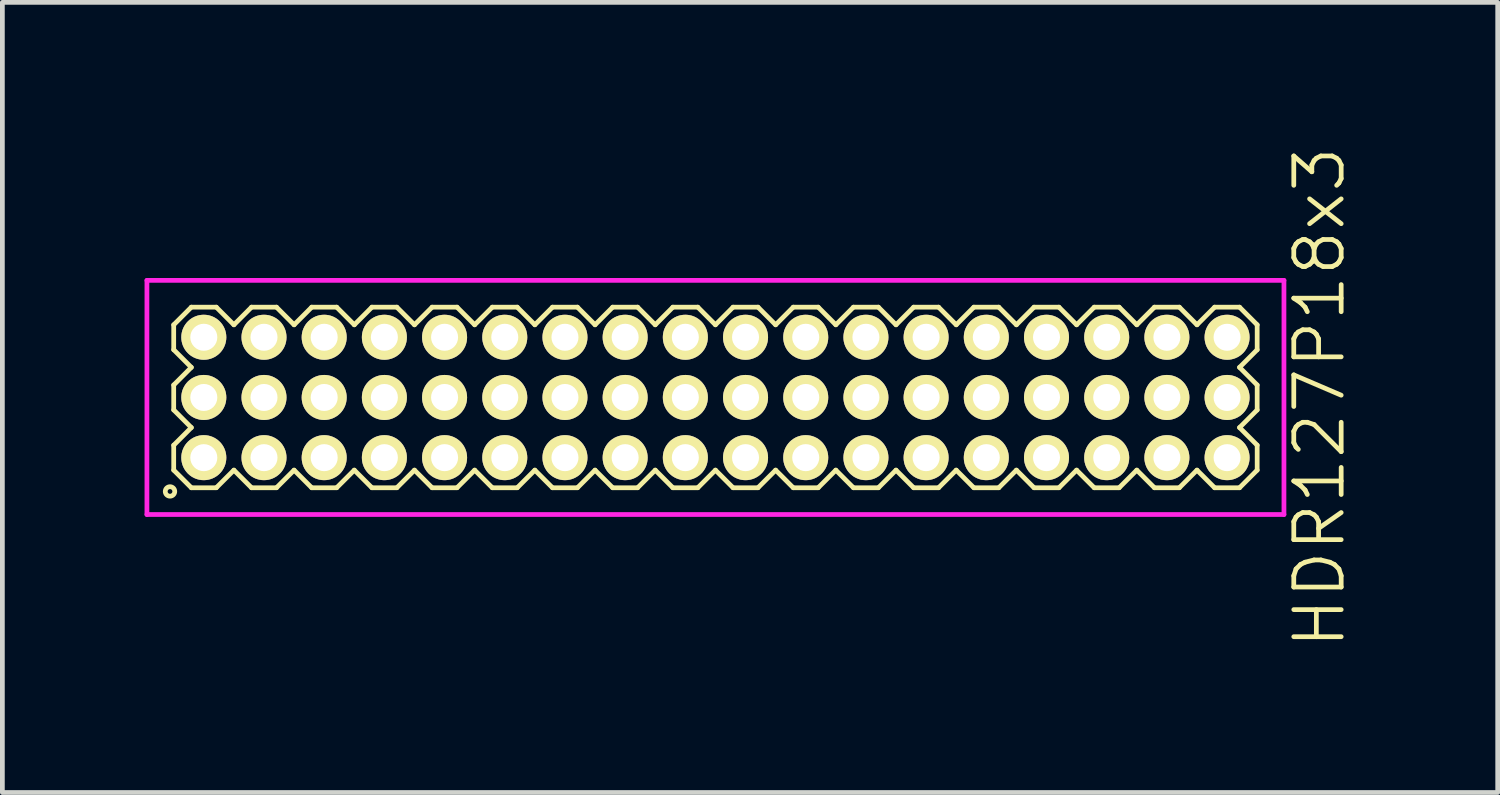
<source format=kicad_pcb>
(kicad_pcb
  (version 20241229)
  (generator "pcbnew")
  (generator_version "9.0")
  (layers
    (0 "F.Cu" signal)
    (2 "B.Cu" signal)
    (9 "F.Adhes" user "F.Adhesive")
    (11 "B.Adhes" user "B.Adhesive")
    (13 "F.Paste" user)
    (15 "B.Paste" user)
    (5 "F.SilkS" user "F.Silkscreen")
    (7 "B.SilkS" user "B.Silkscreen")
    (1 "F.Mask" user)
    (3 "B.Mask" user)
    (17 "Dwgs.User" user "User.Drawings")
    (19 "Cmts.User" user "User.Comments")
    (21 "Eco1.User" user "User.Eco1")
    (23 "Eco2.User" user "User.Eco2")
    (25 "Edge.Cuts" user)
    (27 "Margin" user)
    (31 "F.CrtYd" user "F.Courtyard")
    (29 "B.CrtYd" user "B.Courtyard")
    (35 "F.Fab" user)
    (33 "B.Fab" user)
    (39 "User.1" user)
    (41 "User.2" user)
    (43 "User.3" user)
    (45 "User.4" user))
  (footprint "HDR127P18x3"
    (layer "F.Cu")
    (at 12.045 5.336)
    (property "Reference" "HDR127P18x3" (at 12.745 0 90) (layer "F.SilkS") (effects (font (size 1 1) (thickness 0.1))))
    (attr through_hole)
    (fp_line (start -11.43 -1.533) (end -11.058 -1.905) (stroke (width 0.1) (type solid)) (layer "F.SilkS"))
    (fp_line (start -11.43 -1.007) (end -11.43 -1.533) (stroke (width 0.1) (type solid)) (layer "F.SilkS"))
    (fp_line (start -11.43 -0.263) (end -11.058 -0.635) (stroke (width 0.1) (type solid)) (layer "F.SilkS"))
    (fp_line (start -11.43 0.263) (end -11.43 -0.263) (stroke (width 0.1) (type solid)) (layer "F.SilkS"))
    (fp_line (start -11.43 1.007) (end -11.058 0.635) (stroke (width 0.1) (type solid)) (layer "F.SilkS"))
    (fp_line (start -11.43 1.533) (end -11.43 1.007) (stroke (width 0.1) (type solid)) (layer "F.SilkS"))
    (fp_line (start -11.058 -1.905) (end -10.532 -1.905) (stroke (width 0.1) (type solid)) (layer "F.SilkS"))
    (fp_line (start -11.058 -0.635) (end -11.43 -1.007) (stroke (width 0.1) (type solid)) (layer "F.SilkS"))
    (fp_line (start -11.058 0.635) (end -11.43 0.263) (stroke (width 0.1) (type solid)) (layer "F.SilkS"))
    (fp_line (start -11.058 1.905) (end -11.43 1.533) (stroke (width 0.1) (type solid)) (layer "F.SilkS"))
    (fp_line (start -10.532 -1.905) (end -10.16 -1.533) (stroke (width 0.1) (type solid)) (layer "F.SilkS"))
    (fp_line (start -10.532 1.905) (end -11.058 1.905) (stroke (width 0.1) (type solid)) (layer "F.SilkS"))
    (fp_line (start -10.16 -1.533) (end -9.788 -1.905) (stroke (width 0.1) (type solid)) (layer "F.SilkS"))
    (fp_line (start -10.16 1.533) (end -10.532 1.905) (stroke (width 0.1) (type solid)) (layer "F.SilkS"))
    (fp_line (start -9.788 -1.905) (end -9.262 -1.905) (stroke (width 0.1) (type solid)) (layer "F.SilkS"))
    (fp_line (start -9.788 1.905) (end -10.16 1.533) (stroke (width 0.1) (type solid)) (layer "F.SilkS"))
    (fp_line (start -9.262 -1.905) (end -8.89 -1.533) (stroke (width 0.1) (type solid)) (layer "F.SilkS"))
    (fp_line (start -9.262 1.905) (end -9.788 1.905) (stroke (width 0.1) (type solid)) (layer "F.SilkS"))
    (fp_line (start -8.89 -1.533) (end -8.518 -1.905) (stroke (width 0.1) (type solid)) (layer "F.SilkS"))
    (fp_line (start -8.89 1.533) (end -9.262 1.905) (stroke (width 0.1) (type solid)) (layer "F.SilkS"))
    (fp_line (start -8.518 -1.905) (end -7.992 -1.905) (stroke (width 0.1) (type solid)) (layer "F.SilkS"))
    (fp_line (start -8.518 1.905) (end -8.89 1.533) (stroke (width 0.1) (type solid)) (layer "F.SilkS"))
    (fp_line (start -7.992 -1.905) (end -7.62 -1.533) (stroke (width 0.1) (type solid)) (layer "F.SilkS"))
    (fp_line (start -7.992 1.905) (end -8.518 1.905) (stroke (width 0.1) (type solid)) (layer "F.SilkS"))
    (fp_line (start -7.62 -1.533) (end -7.248 -1.905) (stroke (width 0.1) (type solid)) (layer "F.SilkS"))
    (fp_line (start -7.62 1.533) (end -7.992 1.905) (stroke (width 0.1) (type solid)) (layer "F.SilkS"))
    (fp_line (start -7.248 -1.905) (end -6.722 -1.905) (stroke (width 0.1) (type solid)) (layer "F.SilkS"))
    (fp_line (start -7.248 1.905) (end -7.62 1.533) (stroke (width 0.1) (type solid)) (layer "F.SilkS"))
    (fp_line (start -6.722 -1.905) (end -6.35 -1.533) (stroke (width 0.1) (type solid)) (layer "F.SilkS"))
    (fp_line (start -6.722 1.905) (end -7.248 1.905) (stroke (width 0.1) (type solid)) (layer "F.SilkS"))
    (fp_line (start -6.35 -1.533) (end -5.978 -1.905) (stroke (width 0.1) (type solid)) (layer "F.SilkS"))
    (fp_line (start -6.35 1.533) (end -6.722 1.905) (stroke (width 0.1) (type solid)) (layer "F.SilkS"))
    (fp_line (start -5.978 -1.905) (end -5.452 -1.905) (stroke (width 0.1) (type solid)) (layer "F.SilkS"))
    (fp_line (start -5.978 1.905) (end -6.35 1.533) (stroke (width 0.1) (type solid)) (layer "F.SilkS"))
    (fp_line (start -5.452 -1.905) (end -5.08 -1.533) (stroke (width 0.1) (type solid)) (layer "F.SilkS"))
    (fp_line (start -5.452 1.905) (end -5.978 1.905) (stroke (width 0.1) (type solid)) (layer "F.SilkS"))
    (fp_line (start -5.08 -1.533) (end -4.708 -1.905) (stroke (width 0.1) (type solid)) (layer "F.SilkS"))
    (fp_line (start -5.08 1.533) (end -5.452 1.905) (stroke (width 0.1) (type solid)) (layer "F.SilkS"))
    (fp_line (start -4.708 -1.905) (end -4.182 -1.905) (stroke (width 0.1) (type solid)) (layer "F.SilkS"))
    (fp_line (start -4.708 1.905) (end -5.08 1.533) (stroke (width 0.1) (type solid)) (layer "F.SilkS"))
    (fp_line (start -4.182 -1.905) (end -3.81 -1.533) (stroke (width 0.1) (type solid)) (layer "F.SilkS"))
    (fp_line (start -4.182 1.905) (end -4.708 1.905) (stroke (width 0.1) (type solid)) (layer "F.SilkS"))
    (fp_line (start -3.81 -1.533) (end -3.438 -1.905) (stroke (width 0.1) (type solid)) (layer "F.SilkS"))
    (fp_line (start -3.81 1.533) (end -4.182 1.905) (stroke (width 0.1) (type solid)) (layer "F.SilkS"))
    (fp_line (start -3.438 -1.905) (end -2.912 -1.905) (stroke (width 0.1) (type solid)) (layer "F.SilkS"))
    (fp_line (start -3.438 1.905) (end -3.81 1.533) (stroke (width 0.1) (type solid)) (layer "F.SilkS"))
    (fp_line (start -2.912 -1.905) (end -2.54 -1.533) (stroke (width 0.1) (type solid)) (layer "F.SilkS"))
    (fp_line (start -2.912 1.905) (end -3.438 1.905) (stroke (width 0.1) (type solid)) (layer "F.SilkS"))
    (fp_line (start -2.54 -1.533) (end -2.168 -1.905) (stroke (width 0.1) (type solid)) (layer "F.SilkS"))
    (fp_line (start -2.54 1.533) (end -2.912 1.905) (stroke (width 0.1) (type solid)) (layer "F.SilkS"))
    (fp_line (start -2.168 -1.905) (end -1.642 -1.905) (stroke (width 0.1) (type solid)) (layer "F.SilkS"))
    (fp_line (start -2.168 1.905) (end -2.54 1.533) (stroke (width 0.1) (type solid)) (layer "F.SilkS"))
    (fp_line (start -1.642 -1.905) (end -1.27 -1.533) (stroke (width 0.1) (type solid)) (layer "F.SilkS"))
    (fp_line (start -1.642 1.905) (end -2.168 1.905) (stroke (width 0.1) (type solid)) (layer "F.SilkS"))
    (fp_line (start -1.27 -1.533) (end -0.898 -1.905) (stroke (width 0.1) (type solid)) (layer "F.SilkS"))
    (fp_line (start -1.27 1.533) (end -1.642 1.905) (stroke (width 0.1) (type solid)) (layer "F.SilkS"))
    (fp_line (start -0.898 -1.905) (end -0.372 -1.905) (stroke (width 0.1) (type solid)) (layer "F.SilkS"))
    (fp_line (start -0.898 1.905) (end -1.27 1.533) (stroke (width 0.1) (type solid)) (layer "F.SilkS"))
    (fp_line (start -0.372 -1.905) (end 0 -1.533) (stroke (width 0.1) (type solid)) (layer "F.SilkS"))
    (fp_line (start -0.372 1.905) (end -0.898 1.905) (stroke (width 0.1) (type solid)) (layer "F.SilkS"))
    (fp_line (start 0 -1.533) (end 0.372 -1.905) (stroke (width 0.1) (type solid)) (layer "F.SilkS"))
    (fp_line (start 0 1.533) (end -0.372 1.905) (stroke (width 0.1) (type solid)) (layer "F.SilkS"))
    (fp_line (start 0.372 -1.905) (end 0.898 -1.905) (stroke (width 0.1) (type solid)) (layer "F.SilkS"))
    (fp_line (start 0.372 1.905) (end 0 1.533) (stroke (width 0.1) (type solid)) (layer "F.SilkS"))
    (fp_line (start 0.898 -1.905) (end 1.27 -1.533) (stroke (width 0.1) (type solid)) (layer "F.SilkS"))
    (fp_line (start 0.898 1.905) (end 0.372 1.905) (stroke (width 0.1) (type solid)) (layer "F.SilkS"))
    (fp_line (start 1.27 -1.533) (end 1.642 -1.905) (stroke (width 0.1) (type solid)) (layer "F.SilkS"))
    (fp_line (start 1.27 1.533) (end 0.898 1.905) (stroke (width 0.1) (type solid)) (layer "F.SilkS"))
    (fp_line (start 1.642 -1.905) (end 2.168 -1.905) (stroke (width 0.1) (type solid)) (layer "F.SilkS"))
    (fp_line (start 1.642 1.905) (end 1.27 1.533) (stroke (width 0.1) (type solid)) (layer "F.SilkS"))
    (fp_line (start 2.168 -1.905) (end 2.54 -1.533) (stroke (width 0.1) (type solid)) (layer "F.SilkS"))
    (fp_line (start 2.168 1.905) (end 1.642 1.905) (stroke (width 0.1) (type solid)) (layer "F.SilkS"))
    (fp_line (start 2.54 -1.533) (end 2.912 -1.905) (stroke (width 0.1) (type solid)) (layer "F.SilkS"))
    (fp_line (start 2.54 1.533) (end 2.168 1.905) (stroke (width 0.1) (type solid)) (layer "F.SilkS"))
    (fp_line (start 2.912 -1.905) (end 3.438 -1.905) (stroke (width 0.1) (type solid)) (layer "F.SilkS"))
    (fp_line (start 2.912 1.905) (end 2.54 1.533) (stroke (width 0.1) (type solid)) (layer "F.SilkS"))
    (fp_line (start 3.438 -1.905) (end 3.81 -1.533) (stroke (width 0.1) (type solid)) (layer "F.SilkS"))
    (fp_line (start 3.438 1.905) (end 2.912 1.905) (stroke (width 0.1) (type solid)) (layer "F.SilkS"))
    (fp_line (start 3.81 -1.533) (end 4.182 -1.905) (stroke (width 0.1) (type solid)) (layer "F.SilkS"))
    (fp_line (start 3.81 1.533) (end 3.438 1.905) (stroke (width 0.1) (type solid)) (layer "F.SilkS"))
    (fp_line (start 4.182 -1.905) (end 4.708 -1.905) (stroke (width 0.1) (type solid)) (layer "F.SilkS"))
    (fp_line (start 4.182 1.905) (end 3.81 1.533) (stroke (width 0.1) (type solid)) (layer "F.SilkS"))
    (fp_line (start 4.708 -1.905) (end 5.08 -1.533) (stroke (width 0.1) (type solid)) (layer "F.SilkS"))
    (fp_line (start 4.708 1.905) (end 4.182 1.905) (stroke (width 0.1) (type solid)) (layer "F.SilkS"))
    (fp_line (start 5.08 -1.533) (end 5.452 -1.905) (stroke (width 0.1) (type solid)) (layer "F.SilkS"))
    (fp_line (start 5.08 1.533) (end 4.708 1.905) (stroke (width 0.1) (type solid)) (layer "F.SilkS"))
    (fp_line (start 5.452 -1.905) (end 5.978 -1.905) (stroke (width 0.1) (type solid)) (layer "F.SilkS"))
    (fp_line (start 5.452 1.905) (end 5.08 1.533) (stroke (width 0.1) (type solid)) (layer "F.SilkS"))
    (fp_line (start 5.978 -1.905) (end 6.35 -1.533) (stroke (width 0.1) (type solid)) (layer "F.SilkS"))
    (fp_line (start 5.978 1.905) (end 5.452 1.905) (stroke (width 0.1) (type solid)) (layer "F.SilkS"))
    (fp_line (start 6.35 -1.533) (end 6.722 -1.905) (stroke (width 0.1) (type solid)) (layer "F.SilkS"))
    (fp_line (start 6.35 1.533) (end 5.978 1.905) (stroke (width 0.1) (type solid)) (layer "F.SilkS"))
    (fp_line (start 6.722 -1.905) (end 7.248 -1.905) (stroke (width 0.1) (type solid)) (layer "F.SilkS"))
    (fp_line (start 6.722 1.905) (end 6.35 1.533) (stroke (width 0.1) (type solid)) (layer "F.SilkS"))
    (fp_line (start 7.248 -1.905) (end 7.62 -1.533) (stroke (width 0.1) (type solid)) (layer "F.SilkS"))
    (fp_line (start 7.248 1.905) (end 6.722 1.905) (stroke (width 0.1) (type solid)) (layer "F.SilkS"))
    (fp_line (start 7.62 -1.533) (end 7.992 -1.905) (stroke (width 0.1) (type solid)) (layer "F.SilkS"))
    (fp_line (start 7.62 1.533) (end 7.248 1.905) (stroke (width 0.1) (type solid)) (layer "F.SilkS"))
    (fp_line (start 7.992 -1.905) (end 8.518 -1.905) (stroke (width 0.1) (type solid)) (layer "F.SilkS"))
    (fp_line (start 7.992 1.905) (end 7.62 1.533) (stroke (width 0.1) (type solid)) (layer "F.SilkS"))
    (fp_line (start 8.518 -1.905) (end 8.89 -1.533) (stroke (width 0.1) (type solid)) (layer "F.SilkS"))
    (fp_line (start 8.518 1.905) (end 7.992 1.905) (stroke (width 0.1) (type solid)) (layer "F.SilkS"))
    (fp_line (start 8.89 -1.533) (end 9.262 -1.905) (stroke (width 0.1) (type solid)) (layer "F.SilkS"))
    (fp_line (start 8.89 1.533) (end 8.518 1.905) (stroke (width 0.1) (type solid)) (layer "F.SilkS"))
    (fp_line (start 9.262 -1.905) (end 9.788 -1.905) (stroke (width 0.1) (type solid)) (layer "F.SilkS"))
    (fp_line (start 9.262 1.905) (end 8.89 1.533) (stroke (width 0.1) (type solid)) (layer "F.SilkS"))
    (fp_line (start 9.788 -1.905) (end 10.16 -1.533) (stroke (width 0.1) (type solid)) (layer "F.SilkS"))
    (fp_line (start 9.788 1.905) (end 9.262 1.905) (stroke (width 0.1) (type solid)) (layer "F.SilkS"))
    (fp_line (start 10.16 -1.533) (end 10.532 -1.905) (stroke (width 0.1) (type solid)) (layer "F.SilkS"))
    (fp_line (start 10.16 1.533) (end 9.788 1.905) (stroke (width 0.1) (type solid)) (layer "F.SilkS"))
    (fp_line (start 10.532 -1.905) (end 11.058 -1.905) (stroke (width 0.1) (type solid)) (layer "F.SilkS"))
    (fp_line (start 10.532 1.905) (end 10.16 1.533) (stroke (width 0.1) (type solid)) (layer "F.SilkS"))
    (fp_line (start 11.058 -1.905) (end 11.43 -1.533) (stroke (width 0.1) (type solid)) (layer "F.SilkS"))
    (fp_line (start 11.058 -0.635) (end 11.43 -0.263) (stroke (width 0.1) (type solid)) (layer "F.SilkS"))
    (fp_line (start 11.058 0.635) (end 11.43 1.007) (stroke (width 0.1) (type solid)) (layer "F.SilkS"))
    (fp_line (start 11.058 1.905) (end 10.532 1.905) (stroke (width 0.1) (type solid)) (layer "F.SilkS"))
    (fp_line (start 11.43 -1.533) (end 11.43 -1.007) (stroke (width 0.1) (type solid)) (layer "F.SilkS"))
    (fp_line (start 11.43 -1.007) (end 11.058 -0.635) (stroke (width 0.1) (type solid)) (layer "F.SilkS"))
    (fp_line (start 11.43 -0.263) (end 11.43 0.263) (stroke (width 0.1) (type solid)) (layer "F.SilkS"))
    (fp_line (start 11.43 0.263) (end 11.058 0.635) (stroke (width 0.1) (type solid)) (layer "F.SilkS"))
    (fp_line (start 11.43 1.007) (end 11.43 1.533) (stroke (width 0.1) (type solid)) (layer "F.SilkS"))
    (fp_line (start 11.43 1.533) (end 11.058 1.905) (stroke (width 0.1) (type solid)) (layer "F.SilkS"))
    (fp_circle (center -11.508 1.983) (end -11.408 1.983) (stroke (width 0.1) (type solid)) (fill no) (layer "F.SilkS"))
    (fp_line (start -11.995 -2.47) (end -11.995 2.47) (stroke (width 0.1) (type solid)) (layer "F.CrtYd"))
    (fp_line (start -11.995 2.47) (end 11.995 2.47) (stroke (width 0.1) (type solid)) (layer "F.CrtYd"))
    (fp_line (start 11.995 -2.47) (end -11.995 -2.47) (stroke (width 0.1) (type solid)) (layer "F.CrtYd"))
    (fp_line (start 11.995 2.47) (end 11.995 -2.47) (stroke (width 0.1) (type solid)) (layer "F.CrtYd"))
    (pad "1" thru_hole oval (at -10.795 1.27) (size 0.95 0.95) (drill 0.57) (layers "*.Cu" "*.Mask" "F.SilkS"))
    (pad "2" thru_hole oval (at -10.795 0) (size 0.95 0.95) (drill 0.57) (layers "*.Cu" "*.Mask" "F.SilkS"))
    (pad "3" thru_hole oval (at -10.795 -1.27) (size 0.95 0.95) (drill 0.57) (layers "*.Cu" "*.Mask" "F.SilkS"))
    (pad "4" thru_hole oval (at -9.525 1.27) (size 0.95 0.95) (drill 0.57) (layers "*.Cu" "*.Mask" "F.SilkS"))
    (pad "5" thru_hole oval (at -9.525 0) (size 0.95 0.95) (drill 0.57) (layers "*.Cu" "*.Mask" "F.SilkS"))
    (pad "6" thru_hole oval (at -9.525 -1.27) (size 0.95 0.95) (drill 0.57) (layers "*.Cu" "*.Mask" "F.SilkS"))
    (pad "7" thru_hole oval (at -8.255 1.27) (size 0.95 0.95) (drill 0.57) (layers "*.Cu" "*.Mask" "F.SilkS"))
    (pad "8" thru_hole oval (at -8.255 0) (size 0.95 0.95) (drill 0.57) (layers "*.Cu" "*.Mask" "F.SilkS"))
    (pad "9" thru_hole oval (at -8.255 -1.27) (size 0.95 0.95) (drill 0.57) (layers "*.Cu" "*.Mask" "F.SilkS"))
    (pad "10" thru_hole oval (at -6.985 1.27) (size 0.95 0.95) (drill 0.57) (layers "*.Cu" "*.Mask" "F.SilkS"))
    (pad "11" thru_hole oval (at -6.985 0) (size 0.95 0.95) (drill 0.57) (layers "*.Cu" "*.Mask" "F.SilkS"))
    (pad "12" thru_hole oval (at -6.985 -1.27) (size 0.95 0.95) (drill 0.57) (layers "*.Cu" "*.Mask" "F.SilkS"))
    (pad "13" thru_hole oval (at -5.715 1.27) (size 0.95 0.95) (drill 0.57) (layers "*.Cu" "*.Mask" "F.SilkS"))
    (pad "14" thru_hole oval (at -5.715 0) (size 0.95 0.95) (drill 0.57) (layers "*.Cu" "*.Mask" "F.SilkS"))
    (pad "15" thru_hole oval (at -5.715 -1.27) (size 0.95 0.95) (drill 0.57) (layers "*.Cu" "*.Mask" "F.SilkS"))
    (pad "16" thru_hole oval (at -4.445 1.27) (size 0.95 0.95) (drill 0.57) (layers "*.Cu" "*.Mask" "F.SilkS"))
    (pad "17" thru_hole oval (at -4.445 0) (size 0.95 0.95) (drill 0.57) (layers "*.Cu" "*.Mask" "F.SilkS"))
    (pad "18" thru_hole oval (at -4.445 -1.27) (size 0.95 0.95) (drill 0.57) (layers "*.Cu" "*.Mask" "F.SilkS"))
    (pad "19" thru_hole oval (at -3.175 1.27) (size 0.95 0.95) (drill 0.57) (layers "*.Cu" "*.Mask" "F.SilkS"))
    (pad "20" thru_hole oval (at -3.175 0) (size 0.95 0.95) (drill 0.57) (layers "*.Cu" "*.Mask" "F.SilkS"))
    (pad "21" thru_hole oval (at -3.175 -1.27) (size 0.95 0.95) (drill 0.57) (layers "*.Cu" "*.Mask" "F.SilkS"))
    (pad "22" thru_hole oval (at -1.905 1.27) (size 0.95 0.95) (drill 0.57) (layers "*.Cu" "*.Mask" "F.SilkS"))
    (pad "23" thru_hole oval (at -1.905 0) (size 0.95 0.95) (drill 0.57) (layers "*.Cu" "*.Mask" "F.SilkS"))
    (pad "24" thru_hole oval (at -1.905 -1.27) (size 0.95 0.95) (drill 0.57) (layers "*.Cu" "*.Mask" "F.SilkS"))
    (pad "25" thru_hole oval (at -0.635 1.27) (size 0.95 0.95) (drill 0.57) (layers "*.Cu" "*.Mask" "F.SilkS"))
    (pad "26" thru_hole oval (at -0.635 0) (size 0.95 0.95) (drill 0.57) (layers "*.Cu" "*.Mask" "F.SilkS"))
    (pad "27" thru_hole oval (at -0.635 -1.27) (size 0.95 0.95) (drill 0.57) (layers "*.Cu" "*.Mask" "F.SilkS"))
    (pad "28" thru_hole oval (at 0.635 1.27) (size 0.95 0.95) (drill 0.57) (layers "*.Cu" "*.Mask" "F.SilkS"))
    (pad "29" thru_hole oval (at 0.635 0) (size 0.95 0.95) (drill 0.57) (layers "*.Cu" "*.Mask" "F.SilkS"))
    (pad "30" thru_hole oval (at 0.635 -1.27) (size 0.95 0.95) (drill 0.57) (layers "*.Cu" "*.Mask" "F.SilkS"))
    (pad "31" thru_hole oval (at 1.905 1.27) (size 0.95 0.95) (drill 0.57) (layers "*.Cu" "*.Mask" "F.SilkS"))
    (pad "32" thru_hole oval (at 1.905 0) (size 0.95 0.95) (drill 0.57) (layers "*.Cu" "*.Mask" "F.SilkS"))
    (pad "33" thru_hole oval (at 1.905 -1.27) (size 0.95 0.95) (drill 0.57) (layers "*.Cu" "*.Mask" "F.SilkS"))
    (pad "34" thru_hole oval (at 3.175 1.27) (size 0.95 0.95) (drill 0.57) (layers "*.Cu" "*.Mask" "F.SilkS"))
    (pad "35" thru_hole oval (at 3.175 0) (size 0.95 0.95) (drill 0.57) (layers "*.Cu" "*.Mask" "F.SilkS"))
    (pad "36" thru_hole oval (at 3.175 -1.27) (size 0.95 0.95) (drill 0.57) (layers "*.Cu" "*.Mask" "F.SilkS"))
    (pad "37" thru_hole oval (at 4.445 1.27) (size 0.95 0.95) (drill 0.57) (layers "*.Cu" "*.Mask" "F.SilkS"))
    (pad "38" thru_hole oval (at 4.445 0) (size 0.95 0.95) (drill 0.57) (layers "*.Cu" "*.Mask" "F.SilkS"))
    (pad "39" thru_hole oval (at 4.445 -1.27) (size 0.95 0.95) (drill 0.57) (layers "*.Cu" "*.Mask" "F.SilkS"))
    (pad "40" thru_hole oval (at 5.715 1.27) (size 0.95 0.95) (drill 0.57) (layers "*.Cu" "*.Mask" "F.SilkS"))
    (pad "41" thru_hole oval (at 5.715 0) (size 0.95 0.95) (drill 0.57) (layers "*.Cu" "*.Mask" "F.SilkS"))
    (pad "42" thru_hole oval (at 5.715 -1.27) (size 0.95 0.95) (drill 0.57) (layers "*.Cu" "*.Mask" "F.SilkS"))
    (pad "43" thru_hole oval (at 6.985 1.27) (size 0.95 0.95) (drill 0.57) (layers "*.Cu" "*.Mask" "F.SilkS"))
    (pad "44" thru_hole oval (at 6.985 0) (size 0.95 0.95) (drill 0.57) (layers "*.Cu" "*.Mask" "F.SilkS"))
    (pad "45" thru_hole oval (at 6.985 -1.27) (size 0.95 0.95) (drill 0.57) (layers "*.Cu" "*.Mask" "F.SilkS"))
    (pad "46" thru_hole oval (at 8.255 1.27) (size 0.95 0.95) (drill 0.57) (layers "*.Cu" "*.Mask" "F.SilkS"))
    (pad "47" thru_hole oval (at 8.255 0) (size 0.95 0.95) (drill 0.57) (layers "*.Cu" "*.Mask" "F.SilkS"))
    (pad "48" thru_hole oval (at 8.255 -1.27) (size 0.95 0.95) (drill 0.57) (layers "*.Cu" "*.Mask" "F.SilkS"))
    (pad "49" thru_hole oval (at 9.525 1.27) (size 0.95 0.95) (drill 0.57) (layers "*.Cu" "*.Mask" "F.SilkS"))
    (pad "50" thru_hole oval (at 9.525 0) (size 0.95 0.95) (drill 0.57) (layers "*.Cu" "*.Mask" "F.SilkS"))
    (pad "51" thru_hole oval (at 9.525 -1.27) (size 0.95 0.95) (drill 0.57) (layers "*.Cu" "*.Mask" "F.SilkS"))
    (pad "52" thru_hole oval (at 10.795 1.27) (size 0.95 0.95) (drill 0.57) (layers "*.Cu" "*.Mask" "F.SilkS"))
    (pad "53" thru_hole oval (at 10.795 0) (size 0.95 0.95) (drill 0.57) (layers "*.Cu" "*.Mask" "F.SilkS"))
    (pad "54" thru_hole oval (at 10.795 -1.27) (size 0.95 0.95) (drill 0.57) (layers "*.Cu" "*.Mask" "F.SilkS")))
  (gr_rect
    (start -3 -3)
    (end 28.55 13.671)
    (stroke (width 0.1) (type default))
    (fill no)
    (layer "Edge.Cuts")))
</source>
